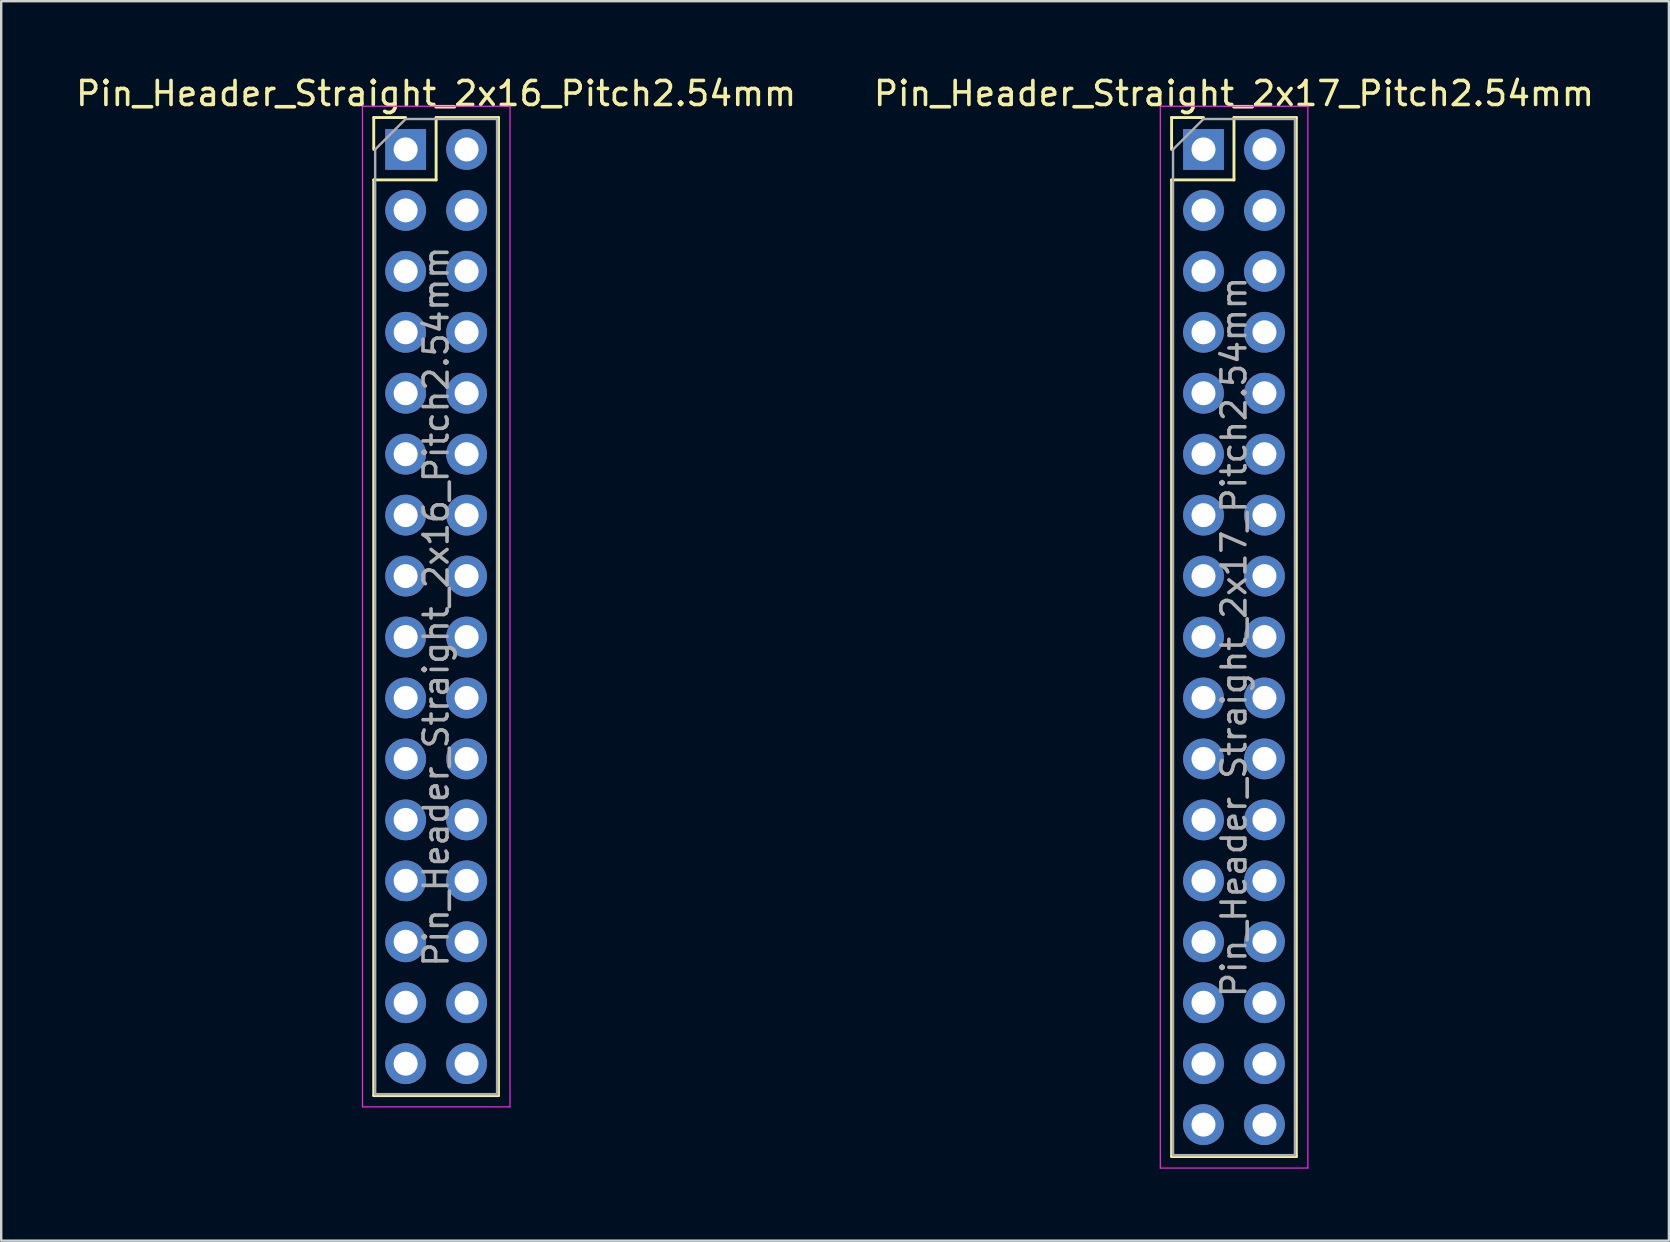
<source format=kicad_pcb>
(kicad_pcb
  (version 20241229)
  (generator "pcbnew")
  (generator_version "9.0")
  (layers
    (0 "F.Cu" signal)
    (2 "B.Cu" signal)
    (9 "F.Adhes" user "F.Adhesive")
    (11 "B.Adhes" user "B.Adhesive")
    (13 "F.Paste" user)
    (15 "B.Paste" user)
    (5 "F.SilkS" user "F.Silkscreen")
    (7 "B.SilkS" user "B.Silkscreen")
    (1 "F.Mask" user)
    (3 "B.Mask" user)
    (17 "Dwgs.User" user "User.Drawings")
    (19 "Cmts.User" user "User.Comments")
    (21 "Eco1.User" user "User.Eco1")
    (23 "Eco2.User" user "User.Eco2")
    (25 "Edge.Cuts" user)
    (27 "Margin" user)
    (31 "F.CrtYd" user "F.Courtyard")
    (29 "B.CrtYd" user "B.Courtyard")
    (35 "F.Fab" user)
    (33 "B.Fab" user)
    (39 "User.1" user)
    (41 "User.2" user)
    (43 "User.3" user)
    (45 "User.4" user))
  (footprint "Pin_Header_Straight_2x17_Pitch2.54mm"
    (layer "F.Cu")
    (at 47.105 3.178)
    (property "Reference" "Pin_Header_Straight_2x17_Pitch2.54mm" (at 1.27 -2.33 0) (layer "F.SilkS") (effects (font (size 1 1) (thickness 0.15))))
    (attr through_hole)
    (fp_line (start -1.33 -1.33) (end 0 -1.33) (stroke (width 0.12) (type solid)) (layer "F.SilkS"))
    (fp_line (start -1.33 0) (end -1.33 -1.33) (stroke (width 0.12) (type solid)) (layer "F.SilkS"))
    (fp_line (start -1.33 1.27) (end -1.33 41.97) (stroke (width 0.12) (type solid)) (layer "F.SilkS"))
    (fp_line (start -1.33 1.27) (end 1.27 1.27) (stroke (width 0.12) (type solid)) (layer "F.SilkS"))
    (fp_line (start -1.33 41.97) (end 3.87 41.97) (stroke (width 0.12) (type solid)) (layer "F.SilkS"))
    (fp_line (start 1.27 -1.33) (end 3.87 -1.33) (stroke (width 0.12) (type solid)) (layer "F.SilkS"))
    (fp_line (start 1.27 1.27) (end 1.27 -1.33) (stroke (width 0.12) (type solid)) (layer "F.SilkS"))
    (fp_line (start 3.87 -1.33) (end 3.87 41.97) (stroke (width 0.12) (type solid)) (layer "F.SilkS"))
    (fp_line (start -1.8 -1.8) (end -1.8 42.45) (stroke (width 0.05) (type solid)) (layer "F.CrtYd"))
    (fp_line (start -1.8 42.45) (end 4.35 42.45) (stroke (width 0.05) (type solid)) (layer "F.CrtYd"))
    (fp_line (start 4.35 -1.8) (end -1.8 -1.8) (stroke (width 0.05) (type solid)) (layer "F.CrtYd"))
    (fp_line (start 4.35 42.45) (end 4.35 -1.8) (stroke (width 0.05) (type solid)) (layer "F.CrtYd"))
    (fp_line (start -1.27 0) (end 0 -1.27) (stroke (width 0.1) (type solid)) (layer "F.Fab"))
    (fp_line (start -1.27 41.91) (end -1.27 0) (stroke (width 0.1) (type solid)) (layer "F.Fab"))
    (fp_line (start 0 -1.27) (end 3.81 -1.27) (stroke (width 0.1) (type solid)) (layer "F.Fab"))
    (fp_line (start 3.81 -1.27) (end 3.81 41.91) (stroke (width 0.1) (type solid)) (layer "F.Fab"))
    (fp_line (start 3.81 41.91) (end -1.27 41.91) (stroke (width 0.1) (type solid)) (layer "F.Fab"))
    (fp_text user "${REFERENCE}" (at 1.27 20.32 90) (layer "F.Fab") (effects (font (size 1 1) (thickness 0.15))))
    (pad "1" thru_hole rect (at 0 0) (size 1.7 1.7) (drill 1) (layers "*.Cu" "*.Mask"))
    (pad "2" thru_hole oval (at 2.54 0) (size 1.7 1.7) (drill 1) (layers "*.Cu" "*.Mask"))
    (pad "3" thru_hole oval (at 0 2.54) (size 1.7 1.7) (drill 1) (layers "*.Cu" "*.Mask"))
    (pad "4" thru_hole oval (at 2.54 2.54) (size 1.7 1.7) (drill 1) (layers "*.Cu" "*.Mask"))
    (pad "5" thru_hole oval (at 0 5.08) (size 1.7 1.7) (drill 1) (layers "*.Cu" "*.Mask"))
    (pad "6" thru_hole oval (at 2.54 5.08) (size 1.7 1.7) (drill 1) (layers "*.Cu" "*.Mask"))
    (pad "7" thru_hole oval (at 0 7.62) (size 1.7 1.7) (drill 1) (layers "*.Cu" "*.Mask"))
    (pad "8" thru_hole oval (at 2.54 7.62) (size 1.7 1.7) (drill 1) (layers "*.Cu" "*.Mask"))
    (pad "9" thru_hole oval (at 0 10.16) (size 1.7 1.7) (drill 1) (layers "*.Cu" "*.Mask"))
    (pad "10" thru_hole oval (at 2.54 10.16) (size 1.7 1.7) (drill 1) (layers "*.Cu" "*.Mask"))
    (pad "11" thru_hole oval (at 0 12.7) (size 1.7 1.7) (drill 1) (layers "*.Cu" "*.Mask"))
    (pad "12" thru_hole oval (at 2.54 12.7) (size 1.7 1.7) (drill 1) (layers "*.Cu" "*.Mask"))
    (pad "13" thru_hole oval (at 0 15.24) (size 1.7 1.7) (drill 1) (layers "*.Cu" "*.Mask"))
    (pad "14" thru_hole oval (at 2.54 15.24) (size 1.7 1.7) (drill 1) (layers "*.Cu" "*.Mask"))
    (pad "15" thru_hole oval (at 0 17.78) (size 1.7 1.7) (drill 1) (layers "*.Cu" "*.Mask"))
    (pad "16" thru_hole oval (at 2.54 17.78) (size 1.7 1.7) (drill 1) (layers "*.Cu" "*.Mask"))
    (pad "17" thru_hole oval (at 0 20.32) (size 1.7 1.7) (drill 1) (layers "*.Cu" "*.Mask"))
    (pad "18" thru_hole oval (at 2.54 20.32) (size 1.7 1.7) (drill 1) (layers "*.Cu" "*.Mask"))
    (pad "19" thru_hole oval (at 0 22.86) (size 1.7 1.7) (drill 1) (layers "*.Cu" "*.Mask"))
    (pad "20" thru_hole oval (at 2.54 22.86) (size 1.7 1.7) (drill 1) (layers "*.Cu" "*.Mask"))
    (pad "21" thru_hole oval (at 0 25.4) (size 1.7 1.7) (drill 1) (layers "*.Cu" "*.Mask"))
    (pad "22" thru_hole oval (at 2.54 25.4) (size 1.7 1.7) (drill 1) (layers "*.Cu" "*.Mask"))
    (pad "23" thru_hole oval (at 0 27.94) (size 1.7 1.7) (drill 1) (layers "*.Cu" "*.Mask"))
    (pad "24" thru_hole oval (at 2.54 27.94) (size 1.7 1.7) (drill 1) (layers "*.Cu" "*.Mask"))
    (pad "25" thru_hole oval (at 0 30.48) (size 1.7 1.7) (drill 1) (layers "*.Cu" "*.Mask"))
    (pad "26" thru_hole oval (at 2.54 30.48) (size 1.7 1.7) (drill 1) (layers "*.Cu" "*.Mask"))
    (pad "27" thru_hole oval (at 0 33.02) (size 1.7 1.7) (drill 1) (layers "*.Cu" "*.Mask"))
    (pad "28" thru_hole oval (at 2.54 33.02) (size 1.7 1.7) (drill 1) (layers "*.Cu" "*.Mask"))
    (pad "29" thru_hole oval (at 0 35.56) (size 1.7 1.7) (drill 1) (layers "*.Cu" "*.Mask"))
    (pad "30" thru_hole oval (at 2.54 35.56) (size 1.7 1.7) (drill 1) (layers "*.Cu" "*.Mask"))
    (pad "31" thru_hole oval (at 0 38.1) (size 1.7 1.7) (drill 1) (layers "*.Cu" "*.Mask"))
    (pad "32" thru_hole oval (at 2.54 38.1) (size 1.7 1.7) (drill 1) (layers "*.Cu" "*.Mask"))
    (pad "33" thru_hole oval (at 0 40.64) (size 1.7 1.7) (drill 1) (layers "*.Cu" "*.Mask"))
    (pad "34" thru_hole oval (at 2.54 40.64) (size 1.7 1.7) (drill 1) (layers "*.Cu" "*.Mask")))
  (footprint "Pin_Header_Straight_2x16_Pitch2.54mm"
    (layer "F.Cu")
    (at 13.855 3.178)
    (property "Reference" "Pin_Header_Straight_2x16_Pitch2.54mm" (at 1.27 -2.33 0) (layer "F.SilkS") (effects (font (size 1 1) (thickness 0.15))))
    (attr through_hole)
    (fp_line (start -1.33 -1.33) (end 0 -1.33) (stroke (width 0.12) (type solid)) (layer "F.SilkS"))
    (fp_line (start -1.33 0) (end -1.33 -1.33) (stroke (width 0.12) (type solid)) (layer "F.SilkS"))
    (fp_line (start -1.33 1.27) (end -1.33 39.43) (stroke (width 0.12) (type solid)) (layer "F.SilkS"))
    (fp_line (start -1.33 1.27) (end 1.27 1.27) (stroke (width 0.12) (type solid)) (layer "F.SilkS"))
    (fp_line (start -1.33 39.43) (end 3.87 39.43) (stroke (width 0.12) (type solid)) (layer "F.SilkS"))
    (fp_line (start 1.27 -1.33) (end 3.87 -1.33) (stroke (width 0.12) (type solid)) (layer "F.SilkS"))
    (fp_line (start 1.27 1.27) (end 1.27 -1.33) (stroke (width 0.12) (type solid)) (layer "F.SilkS"))
    (fp_line (start 3.87 -1.33) (end 3.87 39.43) (stroke (width 0.12) (type solid)) (layer "F.SilkS"))
    (fp_line (start -1.8 -1.8) (end -1.8 39.9) (stroke (width 0.05) (type solid)) (layer "F.CrtYd"))
    (fp_line (start -1.8 39.9) (end 4.35 39.9) (stroke (width 0.05) (type solid)) (layer "F.CrtYd"))
    (fp_line (start 4.35 -1.8) (end -1.8 -1.8) (stroke (width 0.05) (type solid)) (layer "F.CrtYd"))
    (fp_line (start 4.35 39.9) (end 4.35 -1.8) (stroke (width 0.05) (type solid)) (layer "F.CrtYd"))
    (fp_line (start -1.27 0) (end 0 -1.27) (stroke (width 0.1) (type solid)) (layer "F.Fab"))
    (fp_line (start -1.27 39.37) (end -1.27 0) (stroke (width 0.1) (type solid)) (layer "F.Fab"))
    (fp_line (start 0 -1.27) (end 3.81 -1.27) (stroke (width 0.1) (type solid)) (layer "F.Fab"))
    (fp_line (start 3.81 -1.27) (end 3.81 39.37) (stroke (width 0.1) (type solid)) (layer "F.Fab"))
    (fp_line (start 3.81 39.37) (end -1.27 39.37) (stroke (width 0.1) (type solid)) (layer "F.Fab"))
    (fp_text user "${REFERENCE}" (at 1.27 19.05 90) (layer "F.Fab") (effects (font (size 1 1) (thickness 0.15))))
    (pad "1" thru_hole rect (at 0 0) (size 1.7 1.7) (drill 1) (layers "*.Cu" "*.Mask"))
    (pad "2" thru_hole oval (at 2.54 0) (size 1.7 1.7) (drill 1) (layers "*.Cu" "*.Mask"))
    (pad "3" thru_hole oval (at 0 2.54) (size 1.7 1.7) (drill 1) (layers "*.Cu" "*.Mask"))
    (pad "4" thru_hole oval (at 2.54 2.54) (size 1.7 1.7) (drill 1) (layers "*.Cu" "*.Mask"))
    (pad "5" thru_hole oval (at 0 5.08) (size 1.7 1.7) (drill 1) (layers "*.Cu" "*.Mask"))
    (pad "6" thru_hole oval (at 2.54 5.08) (size 1.7 1.7) (drill 1) (layers "*.Cu" "*.Mask"))
    (pad "7" thru_hole oval (at 0 7.62) (size 1.7 1.7) (drill 1) (layers "*.Cu" "*.Mask"))
    (pad "8" thru_hole oval (at 2.54 7.62) (size 1.7 1.7) (drill 1) (layers "*.Cu" "*.Mask"))
    (pad "9" thru_hole oval (at 0 10.16) (size 1.7 1.7) (drill 1) (layers "*.Cu" "*.Mask"))
    (pad "10" thru_hole oval (at 2.54 10.16) (size 1.7 1.7) (drill 1) (layers "*.Cu" "*.Mask"))
    (pad "11" thru_hole oval (at 0 12.7) (size 1.7 1.7) (drill 1) (layers "*.Cu" "*.Mask"))
    (pad "12" thru_hole oval (at 2.54 12.7) (size 1.7 1.7) (drill 1) (layers "*.Cu" "*.Mask"))
    (pad "13" thru_hole oval (at 0 15.24) (size 1.7 1.7) (drill 1) (layers "*.Cu" "*.Mask"))
    (pad "14" thru_hole oval (at 2.54 15.24) (size 1.7 1.7) (drill 1) (layers "*.Cu" "*.Mask"))
    (pad "15" thru_hole oval (at 0 17.78) (size 1.7 1.7) (drill 1) (layers "*.Cu" "*.Mask"))
    (pad "16" thru_hole oval (at 2.54 17.78) (size 1.7 1.7) (drill 1) (layers "*.Cu" "*.Mask"))
    (pad "17" thru_hole oval (at 0 20.32) (size 1.7 1.7) (drill 1) (layers "*.Cu" "*.Mask"))
    (pad "18" thru_hole oval (at 2.54 20.32) (size 1.7 1.7) (drill 1) (layers "*.Cu" "*.Mask"))
    (pad "19" thru_hole oval (at 0 22.86) (size 1.7 1.7) (drill 1) (layers "*.Cu" "*.Mask"))
    (pad "20" thru_hole oval (at 2.54 22.86) (size 1.7 1.7) (drill 1) (layers "*.Cu" "*.Mask"))
    (pad "21" thru_hole oval (at 0 25.4) (size 1.7 1.7) (drill 1) (layers "*.Cu" "*.Mask"))
    (pad "22" thru_hole oval (at 2.54 25.4) (size 1.7 1.7) (drill 1) (layers "*.Cu" "*.Mask"))
    (pad "23" thru_hole oval (at 0 27.94) (size 1.7 1.7) (drill 1) (layers "*.Cu" "*.Mask"))
    (pad "24" thru_hole oval (at 2.54 27.94) (size 1.7 1.7) (drill 1) (layers "*.Cu" "*.Mask"))
    (pad "25" thru_hole oval (at 0 30.48) (size 1.7 1.7) (drill 1) (layers "*.Cu" "*.Mask"))
    (pad "26" thru_hole oval (at 2.54 30.48) (size 1.7 1.7) (drill 1) (layers "*.Cu" "*.Mask"))
    (pad "27" thru_hole oval (at 0 33.02) (size 1.7 1.7) (drill 1) (layers "*.Cu" "*.Mask"))
    (pad "28" thru_hole oval (at 2.54 33.02) (size 1.7 1.7) (drill 1) (layers "*.Cu" "*.Mask"))
    (pad "29" thru_hole oval (at 0 35.56) (size 1.7 1.7) (drill 1) (layers "*.Cu" "*.Mask"))
    (pad "30" thru_hole oval (at 2.54 35.56) (size 1.7 1.7) (drill 1) (layers "*.Cu" "*.Mask"))
    (pad "31" thru_hole oval (at 0 38.1) (size 1.7 1.7) (drill 1) (layers "*.Cu" "*.Mask"))
    (pad "32" thru_hole oval (at 2.54 38.1) (size 1.7 1.7) (drill 1) (layers "*.Cu" "*.Mask")))
  (gr_rect
    (start -3 -3)
    (end 66.5 48.653)
    (stroke (width 0.1) (type default))
    (fill no)
    (layer "Edge.Cuts")))
</source>
